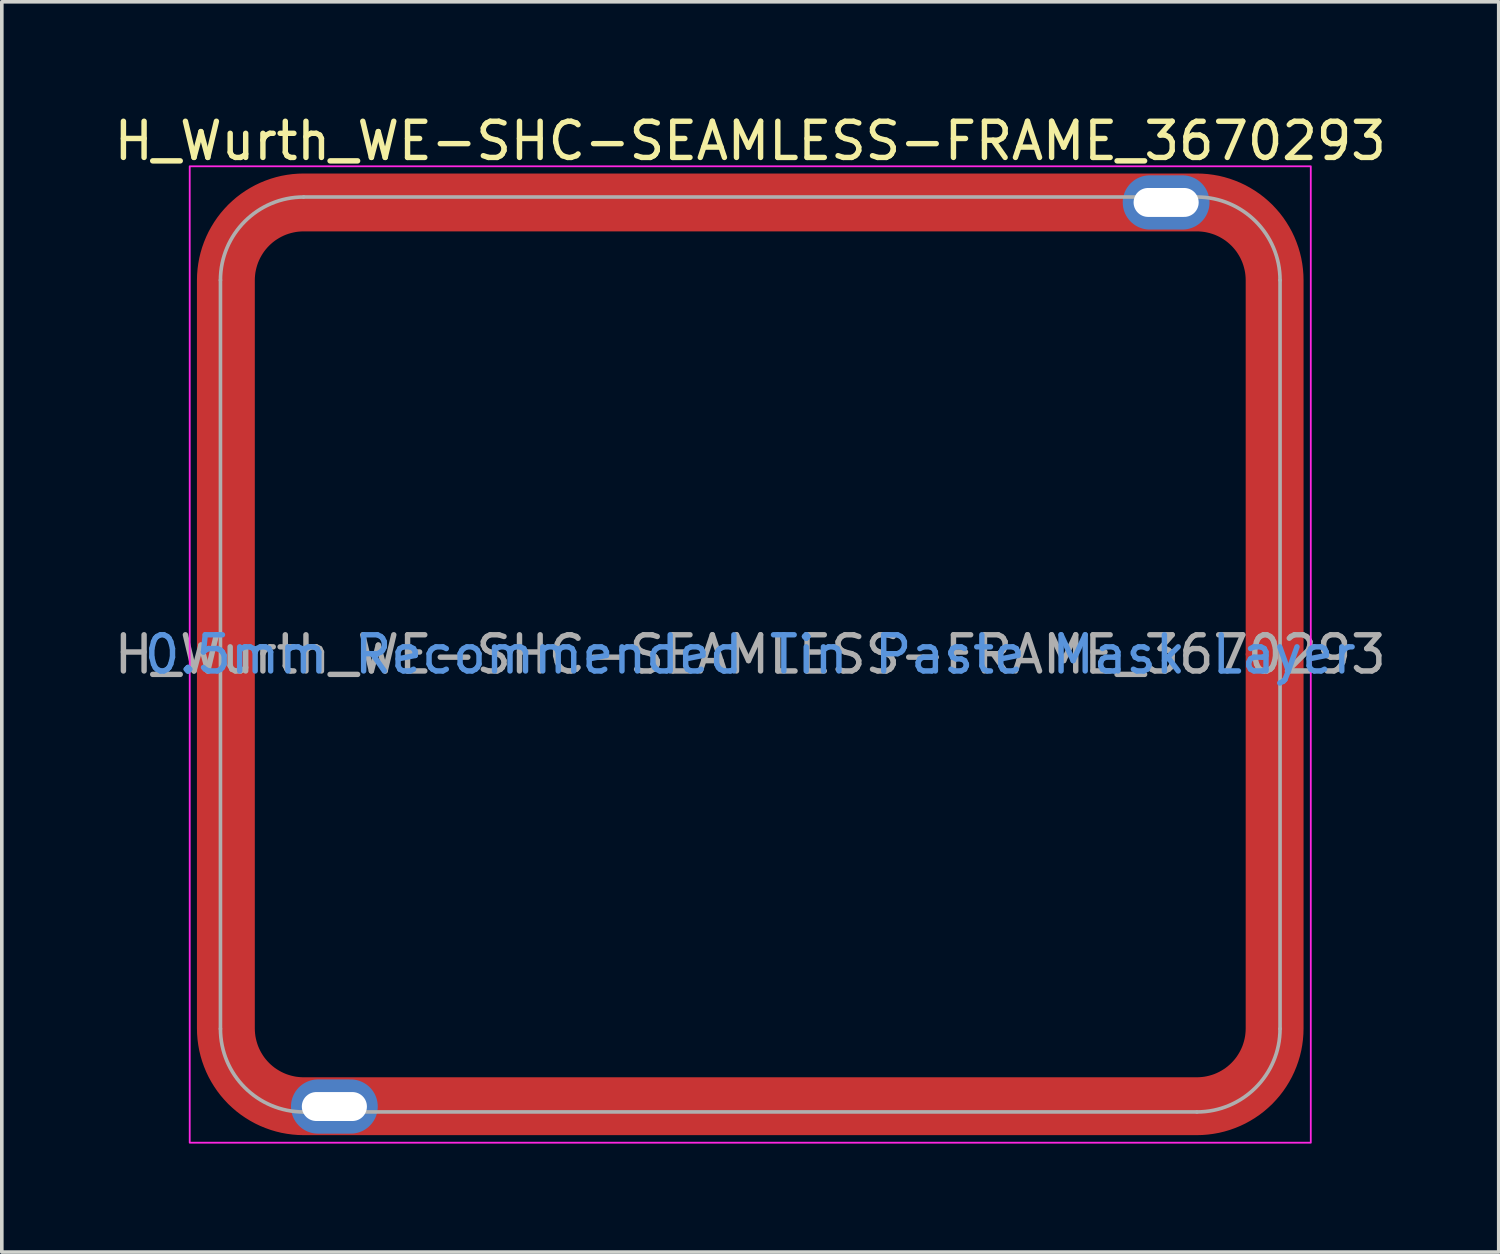
<source format=kicad_pcb>
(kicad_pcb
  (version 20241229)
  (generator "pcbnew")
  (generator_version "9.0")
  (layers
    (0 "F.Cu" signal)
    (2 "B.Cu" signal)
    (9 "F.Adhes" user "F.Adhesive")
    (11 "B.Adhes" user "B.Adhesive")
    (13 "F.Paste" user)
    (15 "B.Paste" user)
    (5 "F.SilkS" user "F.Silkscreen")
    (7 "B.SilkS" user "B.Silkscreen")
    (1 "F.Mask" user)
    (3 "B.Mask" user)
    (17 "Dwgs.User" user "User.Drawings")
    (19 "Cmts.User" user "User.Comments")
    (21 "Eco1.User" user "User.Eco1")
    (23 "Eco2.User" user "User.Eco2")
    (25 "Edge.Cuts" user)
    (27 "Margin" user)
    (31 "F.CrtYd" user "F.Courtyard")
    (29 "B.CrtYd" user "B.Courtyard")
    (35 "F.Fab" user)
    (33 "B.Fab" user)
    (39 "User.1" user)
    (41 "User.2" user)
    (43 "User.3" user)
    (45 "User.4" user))
  (footprint "H_Wurth_WE-SHC-SEAMLESS-FRAME_3670293"
    (layer "F.Cu")
    (at 17.696 15.048)
    (property "Reference" "H_Wurth_WE-SHC-SEAMLESS-FRAME_3670293" (at 0 -14.2 0) (unlocked yes) (layer "F.SilkS") (effects (font (size 1 1) (thickness 0.15))))
    (attr smd)
    (fp_poly (pts (xy -13.75 0.004) (xy -15.25 0.004) (xy -15.25 -10.35) (xy -15.246 -10.502) (xy -15.234 -10.653) (xy -15.214 -10.804) (xy -15.187 -10.953) (xy -15.151 -11.101) (xy -15.108 -11.246) (xy -15.057 -11.389) (xy -14.999 -11.53) (xy -14.934 -11.667) (xy -14.861 -11.8) (xy -14.782 -11.929) (xy -14.696 -12.055) (xy -14.604 -12.175) (xy -14.505 -12.29) (xy -14.401 -12.401) (xy -14.29 -12.505) (xy -14.175 -12.604) (xy -14.055 -12.696) (xy -13.929 -12.782) (xy -13.8 -12.861) (xy -13.667 -12.934) (xy -13.53 -12.999) (xy -13.389 -13.057) (xy -13.246 -13.108) (xy -13.101 -13.151) (xy -12.953 -13.187) (xy -12.804 -13.214) (xy -12.653 -13.234) (xy -12.502 -13.246) (xy -12.35 -13.25) (xy 12.35 -13.25) (xy 12.502 -13.246) (xy 12.653 -13.234) (xy 12.804 -13.214) (xy 12.953 -13.187) (xy 13.101 -13.151) (xy 13.246 -13.108) (xy 13.389 -13.057) (xy 13.53 -12.999) (xy 13.667 -12.934) (xy 13.8 -12.861) (xy 13.929 -12.782) (xy 14.055 -12.696) (xy 14.175 -12.604) (xy 14.29 -12.505) (xy 14.401 -12.401) (xy 14.505 -12.29) (xy 14.604 -12.175) (xy 14.696 -12.055) (xy 14.782 -11.929) (xy 14.861 -11.8) (xy 14.934 -11.667) (xy 14.999 -11.53) (xy 15.057 -11.389) (xy 15.108 -11.246) (xy 15.151 -11.101) (xy 15.187 -10.953) (xy 15.214 -10.804) (xy 15.234 -10.653) (xy 15.246 -10.502) (xy 15.25 -10.35) (xy 15.25 0.004) (xy 13.75 0.004) (xy 13.75 -10.35) (xy 13.748 -10.423) (xy 13.742 -10.496) (xy 13.733 -10.569) (xy 13.719 -10.641) (xy 13.702 -10.712) (xy 13.681 -10.783) (xy 13.657 -10.852) (xy 13.629 -10.919) (xy 13.597 -10.986) (xy 13.562 -11.05) (xy 13.524 -11.112) (xy 13.483 -11.173) (xy 13.438 -11.231) (xy 13.39 -11.287) (xy 13.34 -11.34) (xy 13.287 -11.39) (xy 13.231 -11.438) (xy 13.173 -11.483) (xy 13.112 -11.524) (xy 13.05 -11.562) (xy 12.986 -11.597) (xy 12.919 -11.629) (xy 12.852 -11.657) (xy 12.783 -11.681) (xy 12.712 -11.702) (xy 12.641 -11.719) (xy 12.569 -11.733) (xy 12.496 -11.742) (xy 12.423 -11.748) (xy 12.35 -11.75) (xy -12.35 -11.75) (xy -12.423 -11.748) (xy -12.496 -11.742) (xy -12.569 -11.733) (xy -12.641 -11.719) (xy -12.712 -11.702) (xy -12.783 -11.681) (xy -12.852 -11.657) (xy -12.919 -11.629) (xy -12.986 -11.597) (xy -13.05 -11.562) (xy -13.112 -11.524) (xy -13.173 -11.483) (xy -13.231 -11.438) (xy -13.287 -11.39) (xy -13.34 -11.34) (xy -13.39 -11.287) (xy -13.438 -11.231) (xy -13.483 -11.173) (xy -13.524 -11.112) (xy -13.562 -11.05) (xy -13.597 -10.986) (xy -13.629 -10.919) (xy -13.657 -10.852) (xy -13.681 -10.783) (xy -13.702 -10.712) (xy -13.719 -10.641) (xy -13.733 -10.569) (xy -13.742 -10.496) (xy -13.748 -10.423) (xy -13.75 -10.35) (xy -13.75 -0.25)) (stroke (width 0.1) (type solid)) (fill yes) (layer "F.Cu"))
    (fp_poly (pts (xy 13.75 -0.013) (xy 15.25 -0.013) (xy 15.25 10.341) (xy 15.246 10.493) (xy 15.234 10.644) (xy 15.214 10.795) (xy 15.187 10.944) (xy 15.151 11.092) (xy 15.108 11.237) (xy 15.057 11.38) (xy 14.999 11.521) (xy 14.934 11.658) (xy 14.861 11.791) (xy 14.782 11.92) (xy 14.696 12.046) (xy 14.604 12.166) (xy 14.505 12.281) (xy 14.401 12.392) (xy 14.29 12.496) (xy 14.175 12.595) (xy 14.055 12.687) (xy 13.929 12.773) (xy 13.8 12.852) (xy 13.667 12.925) (xy 13.53 12.99) (xy 13.389 13.048) (xy 13.246 13.099) (xy 13.101 13.142) (xy 12.953 13.178) (xy 12.804 13.205) (xy 12.653 13.225) (xy 12.502 13.237) (xy 12.35 13.241) (xy -12.35 13.241) (xy -12.502 13.237) (xy -12.653 13.225) (xy -12.804 13.205) (xy -12.953 13.178) (xy -13.101 13.142) (xy -13.246 13.099) (xy -13.389 13.048) (xy -13.53 12.99) (xy -13.667 12.925) (xy -13.8 12.852) (xy -13.929 12.773) (xy -14.055 12.687) (xy -14.175 12.595) (xy -14.29 12.496) (xy -14.401 12.392) (xy -14.505 12.281) (xy -14.604 12.166) (xy -14.696 12.046) (xy -14.782 11.92) (xy -14.861 11.791) (xy -14.934 11.658) (xy -14.999 11.521) (xy -15.057 11.38) (xy -15.108 11.237) (xy -15.151 11.092) (xy -15.187 10.944) (xy -15.214 10.795) (xy -15.234 10.644) (xy -15.246 10.493) (xy -15.25 10.341) (xy -15.25 -0.013) (xy -13.75 -0.013) (xy -13.75 10.341) (xy -13.748 10.414) (xy -13.742 10.487) (xy -13.733 10.56) (xy -13.719 10.632) (xy -13.702 10.703) (xy -13.681 10.774) (xy -13.657 10.843) (xy -13.629 10.91) (xy -13.597 10.977) (xy -13.562 11.041) (xy -13.524 11.103) (xy -13.483 11.164) (xy -13.438 11.222) (xy -13.39 11.278) (xy -13.34 11.331) (xy -13.287 11.381) (xy -13.231 11.429) (xy -13.173 11.474) (xy -13.112 11.515) (xy -13.05 11.553) (xy -12.986 11.588) (xy -12.919 11.62) (xy -12.852 11.648) (xy -12.783 11.672) (xy -12.712 11.693) (xy -12.641 11.71) (xy -12.569 11.724) (xy -12.496 11.733) (xy -12.423 11.739) (xy -12.35 11.741) (xy 12.35 11.741) (xy 12.423 11.739) (xy 12.496 11.733) (xy 12.569 11.724) (xy 12.641 11.71) (xy 12.712 11.693) (xy 12.783 11.672) (xy 12.852 11.648) (xy 12.919 11.62) (xy 12.986 11.588) (xy 13.05 11.553) (xy 13.112 11.515) (xy 13.173 11.474) (xy 13.231 11.429) (xy 13.287 11.381) (xy 13.34 11.331) (xy 13.39 11.278) (xy 13.438 11.222) (xy 13.483 11.164) (xy 13.524 11.103) (xy 13.562 11.041) (xy 13.597 10.977) (xy 13.629 10.91) (xy 13.657 10.843) (xy 13.681 10.774) (xy 13.702 10.703) (xy 13.719 10.632) (xy 13.733 10.56) (xy 13.742 10.487) (xy 13.748 10.414) (xy 13.75 10.341) (xy 13.75 0.241)) (stroke (width 0.1) (type solid)) (fill yes) (layer "F.Cu"))
    (fp_poly (pts (xy -13.75 0.004) (xy -15.25 0.004) (xy -15.25 -10.35) (xy -15.246 -10.502) (xy -15.234 -10.653) (xy -15.214 -10.804) (xy -15.187 -10.953) (xy -15.151 -11.101) (xy -15.108 -11.246) (xy -15.057 -11.389) (xy -14.999 -11.53) (xy -14.934 -11.667) (xy -14.861 -11.8) (xy -14.782 -11.929) (xy -14.696 -12.055) (xy -14.604 -12.175) (xy -14.505 -12.29) (xy -14.401 -12.401) (xy -14.29 -12.505) (xy -14.175 -12.604) (xy -14.055 -12.696) (xy -13.929 -12.782) (xy -13.8 -12.861) (xy -13.667 -12.934) (xy -13.53 -12.999) (xy -13.389 -13.057) (xy -13.246 -13.108) (xy -13.101 -13.151) (xy -12.953 -13.187) (xy -12.804 -13.214) (xy -12.653 -13.234) (xy -12.502 -13.246) (xy -12.35 -13.25) (xy 12.35 -13.25) (xy 12.502 -13.246) (xy 12.653 -13.234) (xy 12.804 -13.214) (xy 12.953 -13.187) (xy 13.101 -13.151) (xy 13.246 -13.108) (xy 13.389 -13.057) (xy 13.53 -12.999) (xy 13.667 -12.934) (xy 13.8 -12.861) (xy 13.929 -12.782) (xy 14.055 -12.696) (xy 14.175 -12.604) (xy 14.29 -12.505) (xy 14.401 -12.401) (xy 14.505 -12.29) (xy 14.604 -12.175) (xy 14.696 -12.055) (xy 14.782 -11.929) (xy 14.861 -11.8) (xy 14.934 -11.667) (xy 14.999 -11.53) (xy 15.057 -11.389) (xy 15.108 -11.246) (xy 15.151 -11.101) (xy 15.187 -10.953) (xy 15.214 -10.804) (xy 15.234 -10.653) (xy 15.246 -10.502) (xy 15.25 -10.35) (xy 15.25 0.004) (xy 13.75 0.004) (xy 13.75 -10.35) (xy 13.748 -10.423) (xy 13.742 -10.496) (xy 13.733 -10.569) (xy 13.719 -10.641) (xy 13.702 -10.712) (xy 13.681 -10.783) (xy 13.657 -10.852) (xy 13.629 -10.919) (xy 13.597 -10.986) (xy 13.562 -11.05) (xy 13.524 -11.112) (xy 13.483 -11.173) (xy 13.438 -11.231) (xy 13.39 -11.287) (xy 13.34 -11.34) (xy 13.287 -11.39) (xy 13.231 -11.438) (xy 13.173 -11.483) (xy 13.112 -11.524) (xy 13.05 -11.562) (xy 12.986 -11.597) (xy 12.919 -11.629) (xy 12.852 -11.657) (xy 12.783 -11.681) (xy 12.712 -11.702) (xy 12.641 -11.719) (xy 12.569 -11.733) (xy 12.496 -11.742) (xy 12.423 -11.748) (xy 12.35 -11.75) (xy -12.35 -11.75) (xy -12.423 -11.748) (xy -12.496 -11.742) (xy -12.569 -11.733) (xy -12.641 -11.719) (xy -12.712 -11.702) (xy -12.783 -11.681) (xy -12.852 -11.657) (xy -12.919 -11.629) (xy -12.986 -11.597) (xy -13.05 -11.562) (xy -13.112 -11.524) (xy -13.173 -11.483) (xy -13.231 -11.438) (xy -13.287 -11.39) (xy -13.34 -11.34) (xy -13.39 -11.287) (xy -13.438 -11.231) (xy -13.483 -11.173) (xy -13.524 -11.112) (xy -13.562 -11.05) (xy -13.597 -10.986) (xy -13.629 -10.919) (xy -13.657 -10.852) (xy -13.681 -10.783) (xy -13.702 -10.712) (xy -13.719 -10.641) (xy -13.733 -10.569) (xy -13.742 -10.496) (xy -13.748 -10.423) (xy -13.75 -10.35) (xy -13.75 -0.25)) (stroke (width 0.1) (type solid)) (fill yes) (layer "F.Mask"))
    (fp_poly (pts (xy 13.75 -0.004) (xy 15.25 -0.004) (xy 15.25 10.35) (xy 15.246 10.502) (xy 15.234 10.653) (xy 15.214 10.804) (xy 15.187 10.953) (xy 15.151 11.101) (xy 15.108 11.246) (xy 15.057 11.389) (xy 14.999 11.53) (xy 14.934 11.667) (xy 14.861 11.8) (xy 14.782 11.929) (xy 14.696 12.055) (xy 14.604 12.175) (xy 14.505 12.29) (xy 14.401 12.401) (xy 14.29 12.505) (xy 14.175 12.604) (xy 14.055 12.696) (xy 13.929 12.782) (xy 13.8 12.861) (xy 13.667 12.934) (xy 13.53 12.999) (xy 13.389 13.057) (xy 13.246 13.108) (xy 13.101 13.151) (xy 12.953 13.187) (xy 12.804 13.214) (xy 12.653 13.234) (xy 12.502 13.246) (xy 12.35 13.25) (xy -12.35 13.25) (xy -12.502 13.246) (xy -12.653 13.234) (xy -12.804 13.214) (xy -12.953 13.187) (xy -13.101 13.151) (xy -13.246 13.108) (xy -13.389 13.057) (xy -13.53 12.999) (xy -13.667 12.934) (xy -13.8 12.861) (xy -13.929 12.782) (xy -14.055 12.696) (xy -14.175 12.604) (xy -14.29 12.505) (xy -14.401 12.401) (xy -14.505 12.29) (xy -14.604 12.175) (xy -14.696 12.055) (xy -14.782 11.929) (xy -14.861 11.8) (xy -14.934 11.667) (xy -14.999 11.53) (xy -15.057 11.389) (xy -15.108 11.246) (xy -15.151 11.101) (xy -15.187 10.953) (xy -15.214 10.804) (xy -15.234 10.653) (xy -15.246 10.502) (xy -15.25 10.35) (xy -15.25 -0.004) (xy -13.75 -0.004) (xy -13.75 10.35) (xy -13.748 10.423) (xy -13.742 10.496) (xy -13.733 10.569) (xy -13.719 10.641) (xy -13.702 10.712) (xy -13.681 10.783) (xy -13.657 10.852) (xy -13.629 10.919) (xy -13.597 10.986) (xy -13.562 11.05) (xy -13.524 11.112) (xy -13.483 11.173) (xy -13.438 11.231) (xy -13.39 11.287) (xy -13.34 11.34) (xy -13.287 11.39) (xy -13.231 11.438) (xy -13.173 11.483) (xy -13.112 11.524) (xy -13.05 11.562) (xy -12.986 11.597) (xy -12.919 11.629) (xy -12.852 11.657) (xy -12.783 11.681) (xy -12.712 11.702) (xy -12.641 11.719) (xy -12.569 11.733) (xy -12.496 11.742) (xy -12.423 11.748) (xy -12.35 11.75) (xy 12.35 11.75) (xy 12.423 11.748) (xy 12.496 11.742) (xy 12.569 11.733) (xy 12.641 11.719) (xy 12.712 11.702) (xy 12.783 11.681) (xy 12.852 11.657) (xy 12.919 11.629) (xy 12.986 11.597) (xy 13.05 11.562) (xy 13.112 11.524) (xy 13.173 11.483) (xy 13.231 11.438) (xy 13.287 11.39) (xy 13.34 11.34) (xy 13.39 11.287) (xy 13.438 11.231) (xy 13.483 11.173) (xy 13.524 11.112) (xy 13.562 11.05) (xy 13.597 10.986) (xy 13.629 10.919) (xy 13.657 10.852) (xy 13.681 10.783) (xy 13.702 10.712) (xy 13.719 10.641) (xy 13.733 10.569) (xy 13.742 10.496) (xy 13.748 10.423) (xy 13.75 10.35) (xy 13.75 0.25)) (stroke (width 0.1) (type solid)) (fill yes) (layer "F.Mask"))
    (fp_poly (pts (xy -13.75 0.004) (xy -15.25 0.004) (xy -15.25 -10.35) (xy -15.246 -10.502) (xy -15.234 -10.653) (xy -15.214 -10.804) (xy -15.187 -10.953) (xy -15.151 -11.101) (xy -15.108 -11.246) (xy -15.057 -11.389) (xy -14.999 -11.53) (xy -14.934 -11.667) (xy -14.861 -11.8) (xy -14.782 -11.929) (xy -14.696 -12.055) (xy -14.604 -12.175) (xy -14.505 -12.29) (xy -14.401 -12.401) (xy -14.29 -12.505) (xy -14.175 -12.604) (xy -14.055 -12.696) (xy -13.929 -12.782) (xy -13.8 -12.861) (xy -13.667 -12.934) (xy -13.53 -12.999) (xy -13.389 -13.057) (xy -13.246 -13.108) (xy -13.101 -13.151) (xy -12.953 -13.187) (xy -12.804 -13.214) (xy -12.653 -13.234) (xy -12.502 -13.246) (xy -12.35 -13.25) (xy 12.35 -13.25) (xy 12.502 -13.246) (xy 12.653 -13.234) (xy 12.804 -13.214) (xy 12.953 -13.187) (xy 13.101 -13.151) (xy 13.246 -13.108) (xy 13.389 -13.057) (xy 13.53 -12.999) (xy 13.667 -12.934) (xy 13.8 -12.861) (xy 13.929 -12.782) (xy 14.055 -12.696) (xy 14.175 -12.604) (xy 14.29 -12.505) (xy 14.401 -12.401) (xy 14.505 -12.29) (xy 14.604 -12.175) (xy 14.696 -12.055) (xy 14.782 -11.929) (xy 14.861 -11.8) (xy 14.934 -11.667) (xy 14.999 -11.53) (xy 15.057 -11.389) (xy 15.108 -11.246) (xy 15.151 -11.101) (xy 15.187 -10.953) (xy 15.214 -10.804) (xy 15.234 -10.653) (xy 15.246 -10.502) (xy 15.25 -10.35) (xy 15.25 0.004) (xy 13.75 0.004) (xy 13.75 -10.35) (xy 13.748 -10.423) (xy 13.742 -10.496) (xy 13.733 -10.569) (xy 13.719 -10.641) (xy 13.702 -10.712) (xy 13.681 -10.783) (xy 13.657 -10.852) (xy 13.629 -10.919) (xy 13.597 -10.986) (xy 13.562 -11.05) (xy 13.524 -11.112) (xy 13.483 -11.173) (xy 13.438 -11.231) (xy 13.39 -11.287) (xy 13.34 -11.34) (xy 13.287 -11.39) (xy 13.231 -11.438) (xy 13.173 -11.483) (xy 13.112 -11.524) (xy 13.05 -11.562) (xy 12.986 -11.597) (xy 12.919 -11.629) (xy 12.852 -11.657) (xy 12.783 -11.681) (xy 12.712 -11.702) (xy 12.641 -11.719) (xy 12.569 -11.733) (xy 12.496 -11.742) (xy 12.423 -11.748) (xy 12.35 -11.75) (xy -12.35 -11.75) (xy -12.423 -11.748) (xy -12.496 -11.742) (xy -12.569 -11.733) (xy -12.641 -11.719) (xy -12.712 -11.702) (xy -12.783 -11.681) (xy -12.852 -11.657) (xy -12.919 -11.629) (xy -12.986 -11.597) (xy -13.05 -11.562) (xy -13.112 -11.524) (xy -13.173 -11.483) (xy -13.231 -11.438) (xy -13.287 -11.39) (xy -13.34 -11.34) (xy -13.39 -11.287) (xy -13.438 -11.231) (xy -13.483 -11.173) (xy -13.524 -11.112) (xy -13.562 -11.05) (xy -13.597 -10.986) (xy -13.629 -10.919) (xy -13.657 -10.852) (xy -13.681 -10.783) (xy -13.702 -10.712) (xy -13.719 -10.641) (xy -13.733 -10.569) (xy -13.742 -10.496) (xy -13.748 -10.423) (xy -13.75 -10.35) (xy -13.75 -0.25)) (stroke (width 0.1) (type solid)) (fill yes) (layer "F.Paste"))
    (fp_poly (pts (xy 13.75 -0.013) (xy 15.25 -0.013) (xy 15.25 10.341) (xy 15.246 10.493) (xy 15.234 10.644) (xy 15.214 10.795) (xy 15.187 10.944) (xy 15.151 11.092) (xy 15.108 11.237) (xy 15.057 11.38) (xy 14.999 11.521) (xy 14.934 11.658) (xy 14.861 11.791) (xy 14.782 11.92) (xy 14.696 12.046) (xy 14.604 12.166) (xy 14.505 12.281) (xy 14.401 12.392) (xy 14.29 12.496) (xy 14.175 12.595) (xy 14.055 12.687) (xy 13.929 12.773) (xy 13.8 12.852) (xy 13.667 12.925) (xy 13.53 12.99) (xy 13.389 13.048) (xy 13.246 13.099) (xy 13.101 13.142) (xy 12.953 13.178) (xy 12.804 13.205) (xy 12.653 13.225) (xy 12.502 13.237) (xy 12.35 13.241) (xy -12.35 13.241) (xy -12.502 13.237) (xy -12.653 13.225) (xy -12.804 13.205) (xy -12.953 13.178) (xy -13.101 13.142) (xy -13.246 13.099) (xy -13.389 13.048) (xy -13.53 12.99) (xy -13.667 12.925) (xy -13.8 12.852) (xy -13.929 12.773) (xy -14.055 12.687) (xy -14.175 12.595) (xy -14.29 12.496) (xy -14.401 12.392) (xy -14.505 12.281) (xy -14.604 12.166) (xy -14.696 12.046) (xy -14.782 11.92) (xy -14.861 11.791) (xy -14.934 11.658) (xy -14.999 11.521) (xy -15.057 11.38) (xy -15.108 11.237) (xy -15.151 11.092) (xy -15.187 10.944) (xy -15.214 10.795) (xy -15.234 10.644) (xy -15.246 10.493) (xy -15.25 10.341) (xy -15.25 -0.013) (xy -13.75 -0.013) (xy -13.75 10.341) (xy -13.748 10.414) (xy -13.742 10.487) (xy -13.733 10.56) (xy -13.719 10.632) (xy -13.702 10.703) (xy -13.681 10.774) (xy -13.657 10.843) (xy -13.629 10.91) (xy -13.597 10.977) (xy -13.562 11.041) (xy -13.524 11.103) (xy -13.483 11.164) (xy -13.438 11.222) (xy -13.39 11.278) (xy -13.34 11.331) (xy -13.287 11.381) (xy -13.231 11.429) (xy -13.173 11.474) (xy -13.112 11.515) (xy -13.05 11.553) (xy -12.986 11.588) (xy -12.919 11.62) (xy -12.852 11.648) (xy -12.783 11.672) (xy -12.712 11.693) (xy -12.641 11.71) (xy -12.569 11.724) (xy -12.496 11.733) (xy -12.423 11.739) (xy -12.35 11.741) (xy 12.35 11.741) (xy 12.423 11.739) (xy 12.496 11.733) (xy 12.569 11.724) (xy 12.641 11.71) (xy 12.712 11.693) (xy 12.783 11.672) (xy 12.852 11.648) (xy 12.919 11.62) (xy 12.986 11.588) (xy 13.05 11.553) (xy 13.112 11.515) (xy 13.173 11.474) (xy 13.231 11.429) (xy 13.287 11.381) (xy 13.34 11.331) (xy 13.39 11.278) (xy 13.438 11.222) (xy 13.483 11.164) (xy 13.524 11.103) (xy 13.562 11.041) (xy 13.597 10.977) (xy 13.629 10.91) (xy 13.657 10.843) (xy 13.681 10.774) (xy 13.702 10.703) (xy 13.719 10.632) (xy 13.733 10.56) (xy 13.742 10.487) (xy 13.748 10.414) (xy 13.75 10.341) (xy 13.75 0.241)) (stroke (width 0.1) (type solid)) (fill yes) (layer "F.Paste"))
    (fp_rect (start -15.5 -13.5) (end 15.5 13.5) (stroke (width 0.05) (type solid)) (fill no) (layer "F.CrtYd"))
    (fp_line (start -14.65 10.35) (end -14.65 -10.35) (stroke (width 0.1) (type solid)) (layer "F.Fab"))
    (fp_line (start -12.35 -12.65) (end 12.35 -12.65) (stroke (width 0.1) (type solid)) (layer "F.Fab"))
    (fp_line (start -12.35 12.65) (end 12.35 12.65) (stroke (width 0.1) (type solid)) (layer "F.Fab"))
    (fp_line (start 14.65 10.35) (end 14.65 -10.35) (stroke (width 0.1) (type solid)) (layer "F.Fab"))
    (fp_arc (start -14.65 -10.35) (mid -13.976346 -11.976346) (end -12.35 -12.65) (stroke (width 0.1) (type default)) (layer "F.Fab"))
    (fp_arc (start -12.35 12.65) (mid -13.976346 11.976346) (end -14.65 10.35) (stroke (width 0.1) (type default)) (layer "F.Fab"))
    (fp_arc (start 12.35 -12.65) (mid 13.976346 -11.976346) (end 14.65 -10.35) (stroke (width 0.1) (type default)) (layer "F.Fab"))
    (fp_arc (start 14.65 10.35) (mid 13.976346 11.976346) (end 12.35 12.65) (stroke (width 0.1) (type default)) (layer "F.Fab"))
    (fp_text user "0.5mm Recommended Tin Paste Mask Layer" (at 0 0 0) (unlocked yes) (layer "Cmts.User") (effects (font (size 1 1) (thickness 0.15))))
    (fp_text user "${REFERENCE}" (at 0 0 0) (unlocked yes) (layer "F.Fab") (effects (font (size 1 1) (thickness 0.15))))
    (pad "1" thru_hole oval (at -11.5 12.5) (size 2.4 1.5) (drill oval 1.8 0.8) (layers "*.Cu" "*.Mask"))
    (pad "1" thru_hole oval (at 11.5 -12.5) (size 2.4 1.5) (drill oval 1.8 0.8) (layers "*.Cu" "*.Mask")))
  (gr_rect
    (start -3 -3)
    (end 38.393 31.573)
    (stroke (width 0.1) (type default))
    (fill no)
    (layer "Edge.Cuts")))
</source>
